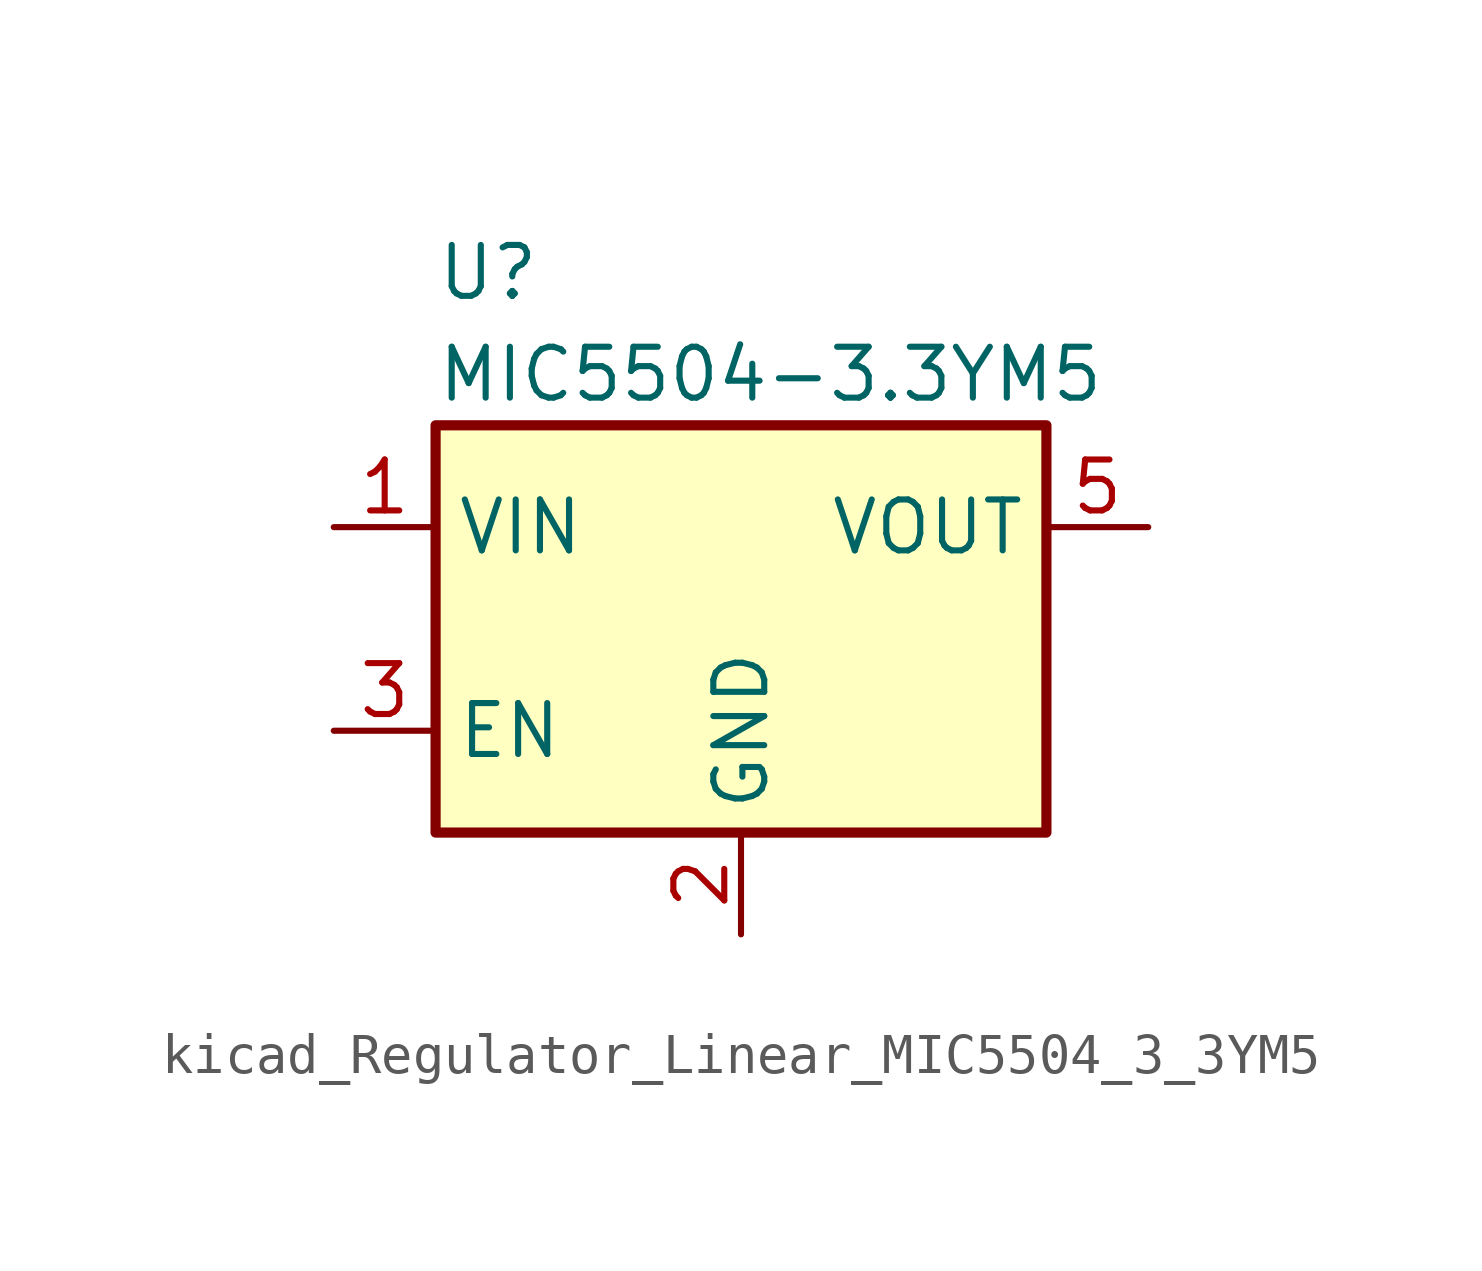
<source format=kicad_sym>
(kicad_symbol_lib
  (version 20220914)
  (generator kicad_symbol_editor)
  (symbol "kicad_Regulator_Linear_MIC5504_3_3YM5"
    (property "Reference" "U"
      (at -7.62 8.89 0)
      (effects (font (size 1.27 1.27)) (justify left)))
    (property "Value" "MIC5504-3.3YM5"
      (at -7.62 6.35 0)
      (effects (font (size 1.27 1.27)) (justify left)))
    (symbol "kicad_Regulator_Linear_MIC5504_3_3YM5_0_1"
      (rectangle (start -7.62 -5.08) (end 7.62 5.08) (stroke (width 0.254) (type default)) (fill (type background))))
    (symbol "kicad_Regulator_Linear_MIC5504_3_3YM5_1_1"
      (pin power_in line (at -10.16 2.54 0) (length 2.54) (name "VIN" (effects (font (size 1.27 1.27)))) (number "1" (effects (font (size 1.27 1.27)))))
      (pin power_in line (at 0 -7.62 90) (length 2.54) (name "GND" (effects (font (size 1.27 1.27)))) (number "2" (effects (font (size 1.27 1.27)))))
      (pin input line (at -10.16 -2.54 0) (length 2.54) (name "EN" (effects (font (size 1.27 1.27)))) (number "3" (effects (font (size 1.27 1.27)))))
      (pin no_connect line (at 7.62 -2.54 180) (length 2.54) hide (name "NC" (effects (font (size 1.27 1.27)))) (number "4" (effects (font (size 1.27 1.27)))))
      (pin power_out line (at 10.16 2.54 180) (length 2.54) (name "VOUT" (effects (font (size 1.27 1.27)))) (number "5" (effects (font (size 1.27 1.27))))))))
</source>
